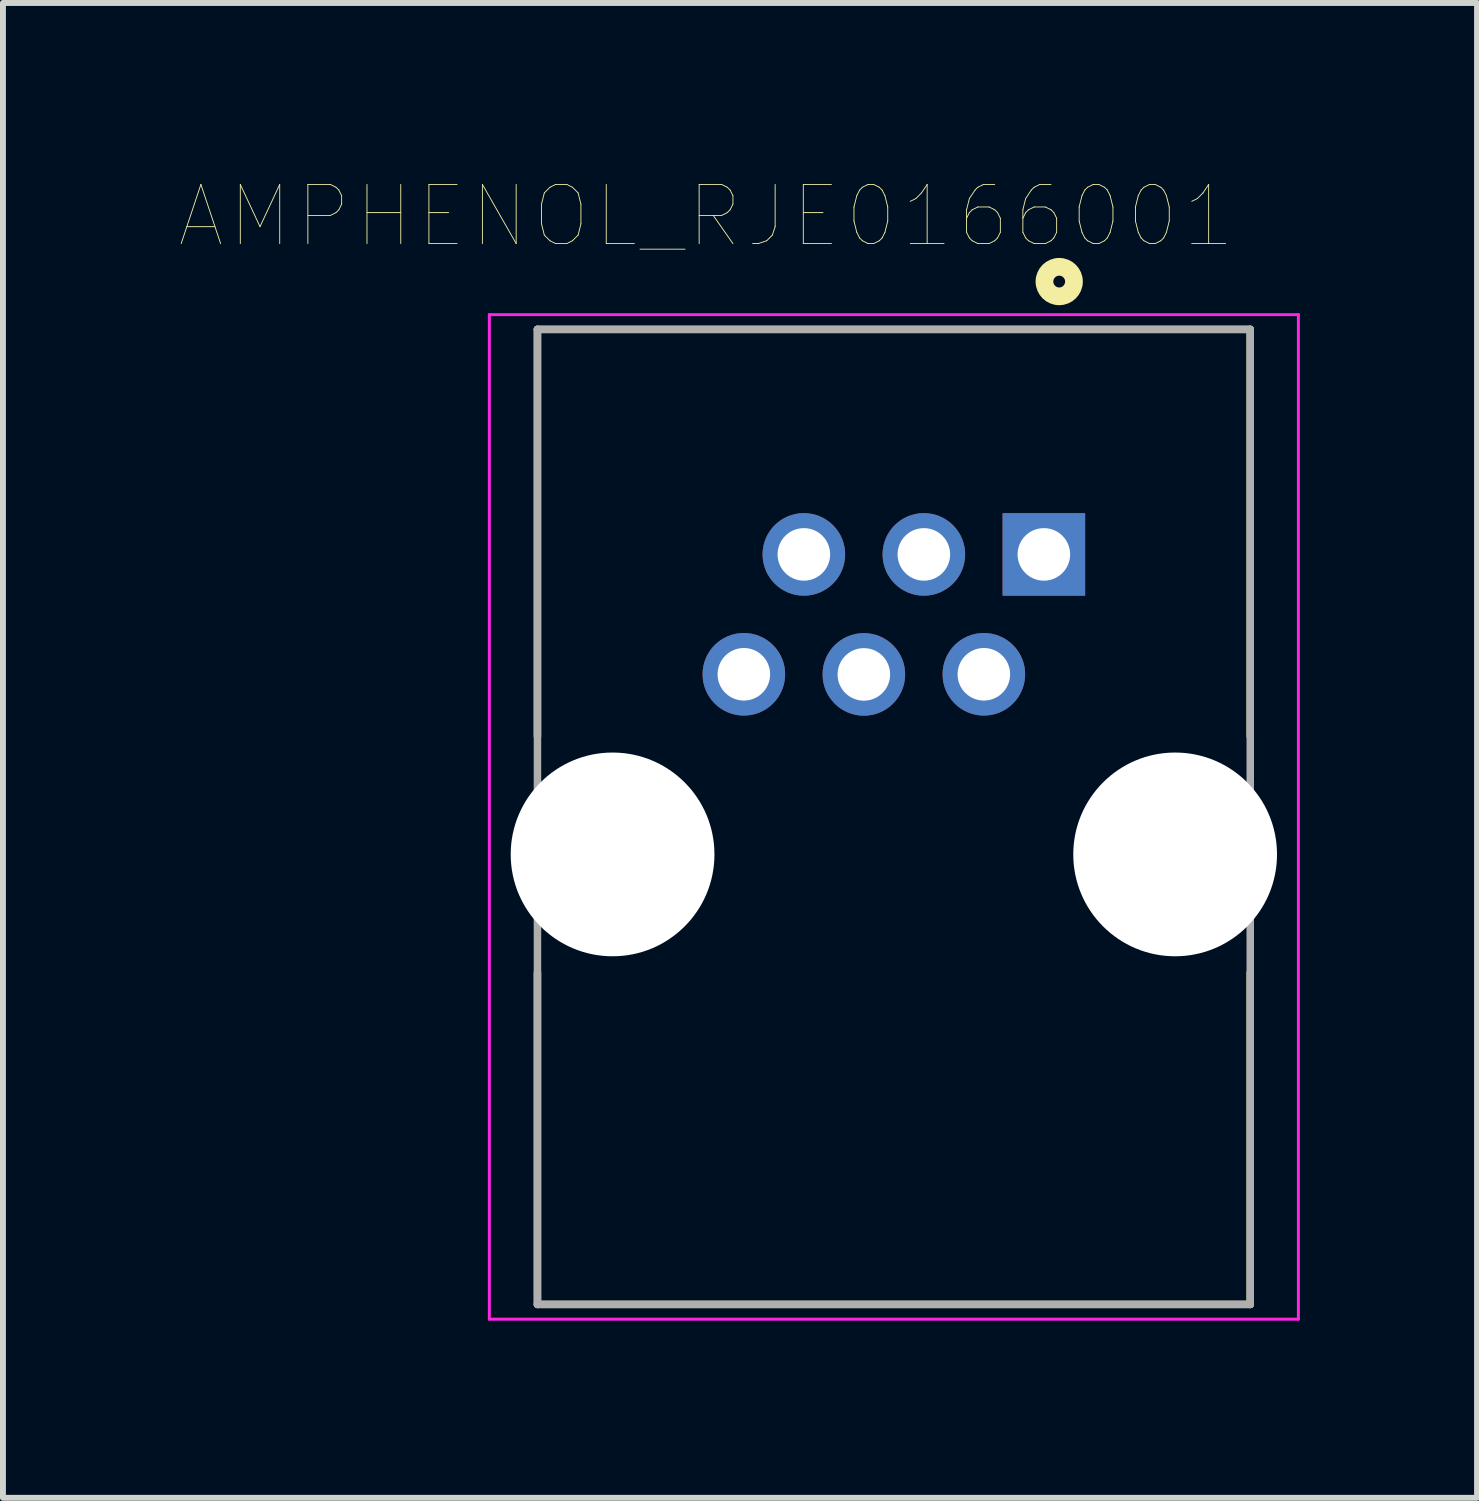
<source format=kicad_pcb>
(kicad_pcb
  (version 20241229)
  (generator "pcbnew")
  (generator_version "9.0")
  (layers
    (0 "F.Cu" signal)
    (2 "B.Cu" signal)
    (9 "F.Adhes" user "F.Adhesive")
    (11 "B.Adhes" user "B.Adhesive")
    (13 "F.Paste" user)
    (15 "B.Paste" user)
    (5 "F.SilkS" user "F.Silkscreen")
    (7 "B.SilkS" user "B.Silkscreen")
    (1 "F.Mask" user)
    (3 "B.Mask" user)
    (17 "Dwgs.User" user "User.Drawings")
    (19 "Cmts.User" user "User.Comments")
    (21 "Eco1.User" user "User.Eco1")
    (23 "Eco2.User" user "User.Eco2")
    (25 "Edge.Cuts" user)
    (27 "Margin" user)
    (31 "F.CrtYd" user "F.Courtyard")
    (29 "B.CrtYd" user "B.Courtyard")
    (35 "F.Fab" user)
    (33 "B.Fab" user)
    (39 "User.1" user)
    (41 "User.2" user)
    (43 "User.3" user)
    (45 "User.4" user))
  (footprint "AMPHENOL_RJE0166001"
    (layer "F.Cu")
    (at 12.086 11.418)
    (property "Reference" "AMPHENOL_RJE0166001" (at -3.178 -10.806 0) (layer "F.SilkS") (effects (font (size 1.001 1.001) (thickness 0.015))))
    (attr through_hole)
    (fp_line (start -6.035 -8.89) (end 6.035 -8.89) (stroke (width 0.127) (type solid)) (layer "F.SilkS"))
    (fp_line (start -6.035 -2) (end -6.035 -8.89) (stroke (width 0.127) (type solid)) (layer "F.SilkS"))
    (fp_line (start -6.035 7.62) (end -6.035 2) (stroke (width 0.127) (type solid)) (layer "F.SilkS"))
    (fp_line (start 6.035 -8.89) (end 6.035 -2) (stroke (width 0.127) (type solid)) (layer "F.SilkS"))
    (fp_line (start 6.035 2) (end 6.035 7.62) (stroke (width 0.127) (type solid)) (layer "F.SilkS"))
    (fp_line (start 6.035 7.62) (end -6.035 7.62) (stroke (width 0.127) (type solid)) (layer "F.SilkS"))
    (fp_circle (center 2.8 -9.7) (end 2.9 -9.7) (stroke (width 0.3) (type solid)) (fill no) (layer "F.SilkS"))
    (fp_line (start -6.85 -9.14) (end 6.85 -9.14) (stroke (width 0.05) (type solid)) (layer "F.CrtYd"))
    (fp_line (start -6.85 7.87) (end -6.85 -9.14) (stroke (width 0.05) (type solid)) (layer "F.CrtYd"))
    (fp_line (start 6.85 -9.14) (end 6.85 7.87) (stroke (width 0.05) (type solid)) (layer "F.CrtYd"))
    (fp_line (start 6.85 7.87) (end -6.85 7.87) (stroke (width 0.05) (type solid)) (layer "F.CrtYd"))
    (fp_line (start -6.035 -8.89) (end 6.035 -8.89) (stroke (width 0.127) (type solid)) (layer "F.Fab"))
    (fp_line (start -6.035 7.62) (end -6.035 -8.89) (stroke (width 0.127) (type solid)) (layer "F.Fab"))
    (fp_line (start 6.035 -8.89) (end 6.035 7.62) (stroke (width 0.127) (type solid)) (layer "F.Fab"))
    (fp_line (start 6.035 7.62) (end -6.035 7.62) (stroke (width 0.127) (type solid)) (layer "F.Fab"))
    (pad "" np_thru_hole circle (at -4.763 0) (size 3.45 3.45) (drill 3.45) (layers "*.Cu" "*.Mask"))
    (pad "" np_thru_hole circle (at 4.763 0) (size 3.45 3.45) (drill 3.45) (layers "*.Cu" "*.Mask"))
    (pad "1" thru_hole rect (at 2.54 -5.08) (size 1.398 1.398) (drill 0.89) (layers "*.Cu" "*.Mask"))
    (pad "2" thru_hole circle (at 1.524 -3.05) (size 1.398 1.398) (drill 0.89) (layers "*.Cu" "*.Mask"))
    (pad "3" thru_hole circle (at 0.508 -5.08) (size 1.398 1.398) (drill 0.89) (layers "*.Cu" "*.Mask"))
    (pad "4" thru_hole circle (at -0.508 -3.048) (size 1.398 1.398) (drill 0.89) (layers "*.Cu" "*.Mask"))
    (pad "5" thru_hole circle (at -1.524 -5.08) (size 1.398 1.398) (drill 0.89) (layers "*.Cu" "*.Mask"))
    (pad "6" thru_hole circle (at -2.54 -3.05) (size 1.398 1.398) (drill 0.89) (layers "*.Cu" "*.Mask")))
  (gr_rect
    (start -3 -3)
    (end 21.961 22.313)
    (stroke (width 0.1) (type default))
    (fill no)
    (layer "Edge.Cuts")))
</source>
